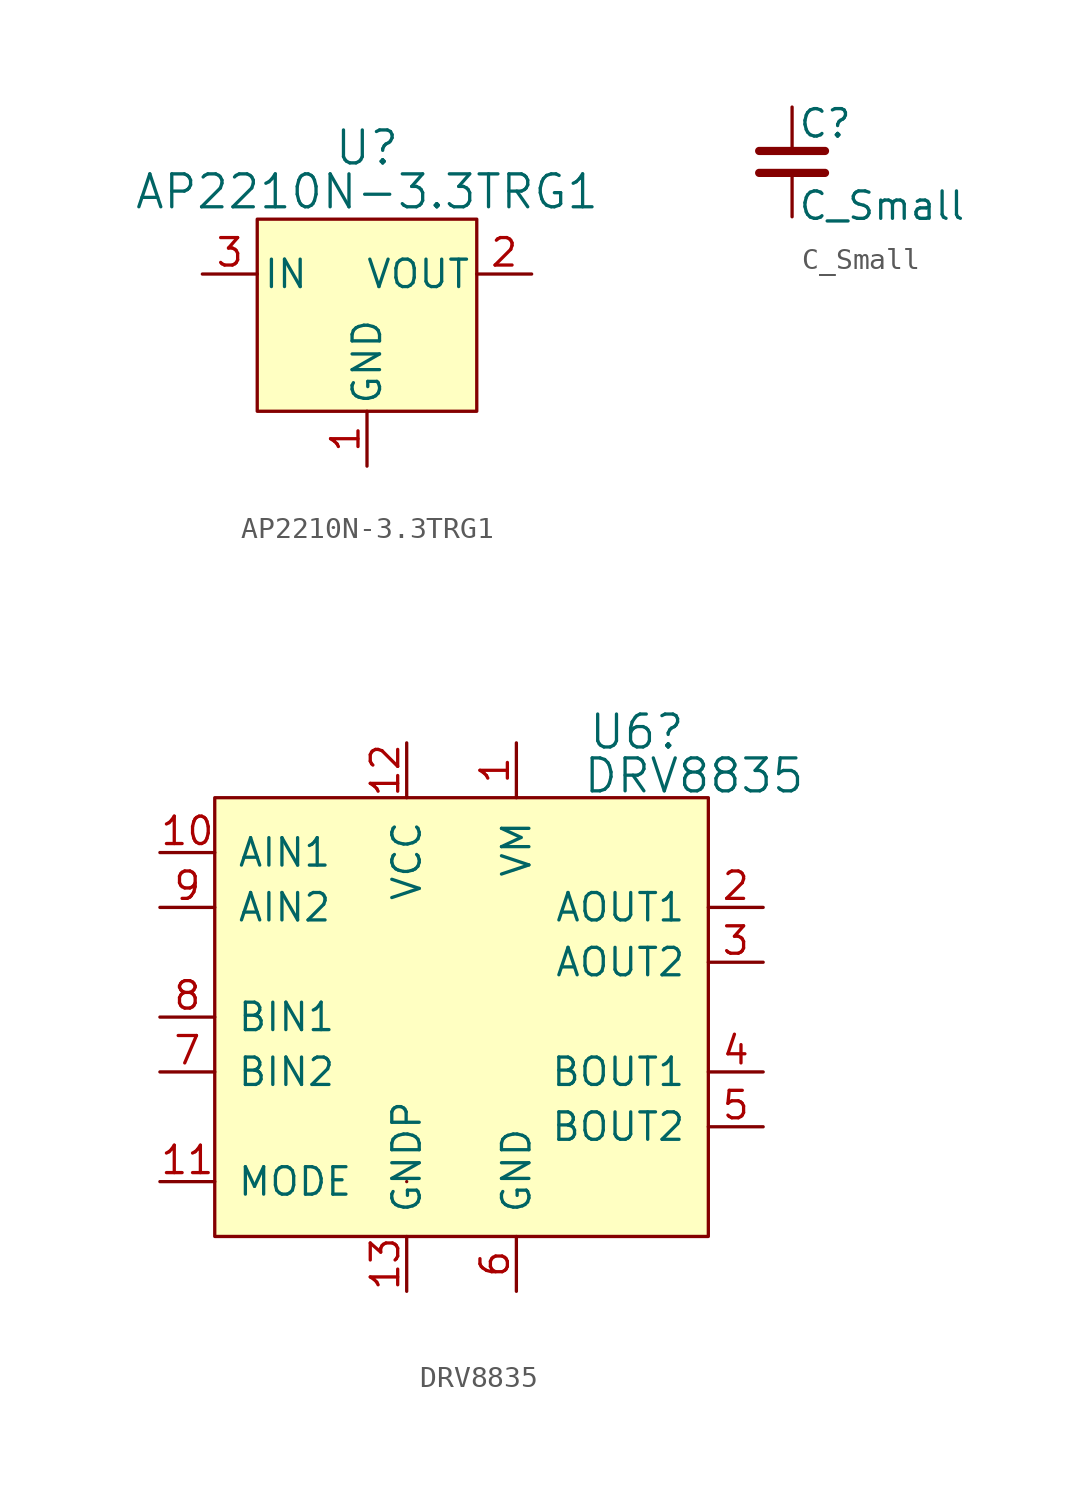
<source format=kicad_sym>
(kicad_symbol_lib
  (version 20241209)
  (generator "kicad_symbol_editor")
  (generator_version "9.0")
  (symbol "AP2210N-3.3TRG1"
    (pin_names
      (offset 0.254))
    (property "Reference" "U"
      (at 0 7.112 0)
      (effects (font (size 1.524 1.524))))
    (property "Value" "AP2210N-3.3TRG1"
      (at 0 5.08 0)
      (effects (font (size 1.524 1.524))))
    (symbol "AP2210N-3.3TRG1_1_1"
      (rectangle (start -5.08 3.81) (end 5.08 -5.08) (stroke (width 0) (type default)) (fill (type background)))
      (pin unspecified line (at -7.62 1.27 0) (length 2.54) (name "IN" (effects (font (size 1.27 1.27)))) (number "3" (effects (font (size 1.27 1.27)))))
      (pin power_out line (at 0 -7.62 90) (length 2.54) (name "GND" (effects (font (size 1.27 1.27)))) (number "1" (effects (font (size 1.27 1.27)))))
      (pin output line (at 7.62 1.27 180) (length 2.54) (name "VOUT" (effects (font (size 1.27 1.27)))) (number "2" (effects (font (size 1.27 1.27)))))))
  (symbol "C_Small"
    (pin_numbers
      (hide yes))
    (pin_names
      (offset 0.254)
      (hide yes))
    (property "Reference" "C"
      (at 0.254 1.778 0)
      (effects (font (size 1.27 1.27)) (justify left)))
    (property "Value" "C_Small"
      (at 0.254 -2.032 0)
      (effects (font (size 1.27 1.27)) (justify left)))
    (symbol "C_Small_0_1"
      (polyline (pts (xy -1.524 0.508) (xy 1.524 0.508)) (stroke (width 0.381) (type default)) (fill (type none))))
    (symbol "C_Small_1_1"
      (polyline (pts (xy -1.524 -0.508) (xy 1.524 -0.508)) (stroke (width 0.381) (type solid)) (fill (type none)))
      (pin passive line (at 0 2.54 270) (length 2.032) (name "~" (effects (font (size 1.27 1.27)))) (number "1" (effects (font (size 1.27 1.27)))))
      (pin passive line (at 0 -2.54 90) (length 2.032) (name "~" (effects (font (size 1.27 1.27)))) (number "2" (effects (font (size 1.27 1.27)))))))
  (symbol "DRV8835"
    (pin_names
      (offset 1.016))
    (property "Reference" "U6"
      (at 4.572 13.208 0)
      (effects (font (size 1.524 1.524)) (justify left)))
    (property "Value" "DRV8835"
      (at 4.318 11.176 0)
      (effects (font (size 1.524 1.524)) (justify left)))
    (property "Datasheet" ""
      (at -10.16 3.81 0)
      (effects (font (size 1.524 1.524))))
    (symbol "DRV8835_0_1"
      (rectangle (start -12.7 10.16) (end 10.16 -10.16) (stroke (width 0) (type solid)) (fill (type background)))
      (rectangle (start -3.81 -7.62) (end -3.81 -7.62) (stroke (width 0) (type solid)) (fill (type none))))
    (symbol "DRV8835_1_1"
      (pin input line (at -15.24 7.62 0) (length 2.54) (name "AIN1" (effects (font (size 1.27 1.27)))) (number "10" (effects (font (size 1.27 1.27)))))
      (pin input line (at -15.24 5.08 0) (length 2.54) (name "AIN2" (effects (font (size 1.27 1.27)))) (number "9" (effects (font (size 1.27 1.27)))))
      (pin input line (at -15.24 0 0) (length 2.54) (name "BIN1" (effects (font (size 1.27 1.27)))) (number "8" (effects (font (size 1.27 1.27)))))
      (pin input line (at -15.24 -2.54 0) (length 2.54) (name "BIN2" (effects (font (size 1.27 1.27)))) (number "7" (effects (font (size 1.27 1.27)))))
      (pin input line (at -15.24 -7.62 0) (length 2.54) (name "MODE" (effects (font (size 1.27 1.27)))) (number "11" (effects (font (size 1.27 1.27)))))
      (pin power_in line (at -3.81 12.7 270) (length 2.54) (name "VCC" (effects (font (size 1.27 1.27)))) (number "12" (effects (font (size 1.27 1.27)))))
      (pin power_in line (at -3.81 -12.7 90) (length 2.54) (name "GNDP" (effects (font (size 1.27 1.27)))) (number "13" (effects (font (size 1.27 1.27)))))
      (pin power_in line (at 1.27 12.7 270) (length 2.54) (name "VM" (effects (font (size 1.27 1.27)))) (number "1" (effects (font (size 1.27 1.27)))))
      (pin power_in line (at 1.27 -12.7 90) (length 2.54) (name "GND" (effects (font (size 1.27 1.27)))) (number "6" (effects (font (size 1.27 1.27)))))
      (pin passive line (at 12.7 5.08 180) (length 2.54) (name "AOUT1" (effects (font (size 1.27 1.27)))) (number "2" (effects (font (size 1.27 1.27)))))
      (pin passive line (at 12.7 2.54 180) (length 2.54) (name "AOUT2" (effects (font (size 1.27 1.27)))) (number "3" (effects (font (size 1.27 1.27)))))
      (pin passive line (at 12.7 -2.54 180) (length 2.54) (name "BOUT1" (effects (font (size 1.27 1.27)))) (number "4" (effects (font (size 1.27 1.27)))))
      (pin passive line (at 12.7 -5.08 180) (length 2.54) (name "BOUT2" (effects (font (size 1.27 1.27)))) (number "5" (effects (font (size 1.27 1.27))))))))
</source>
